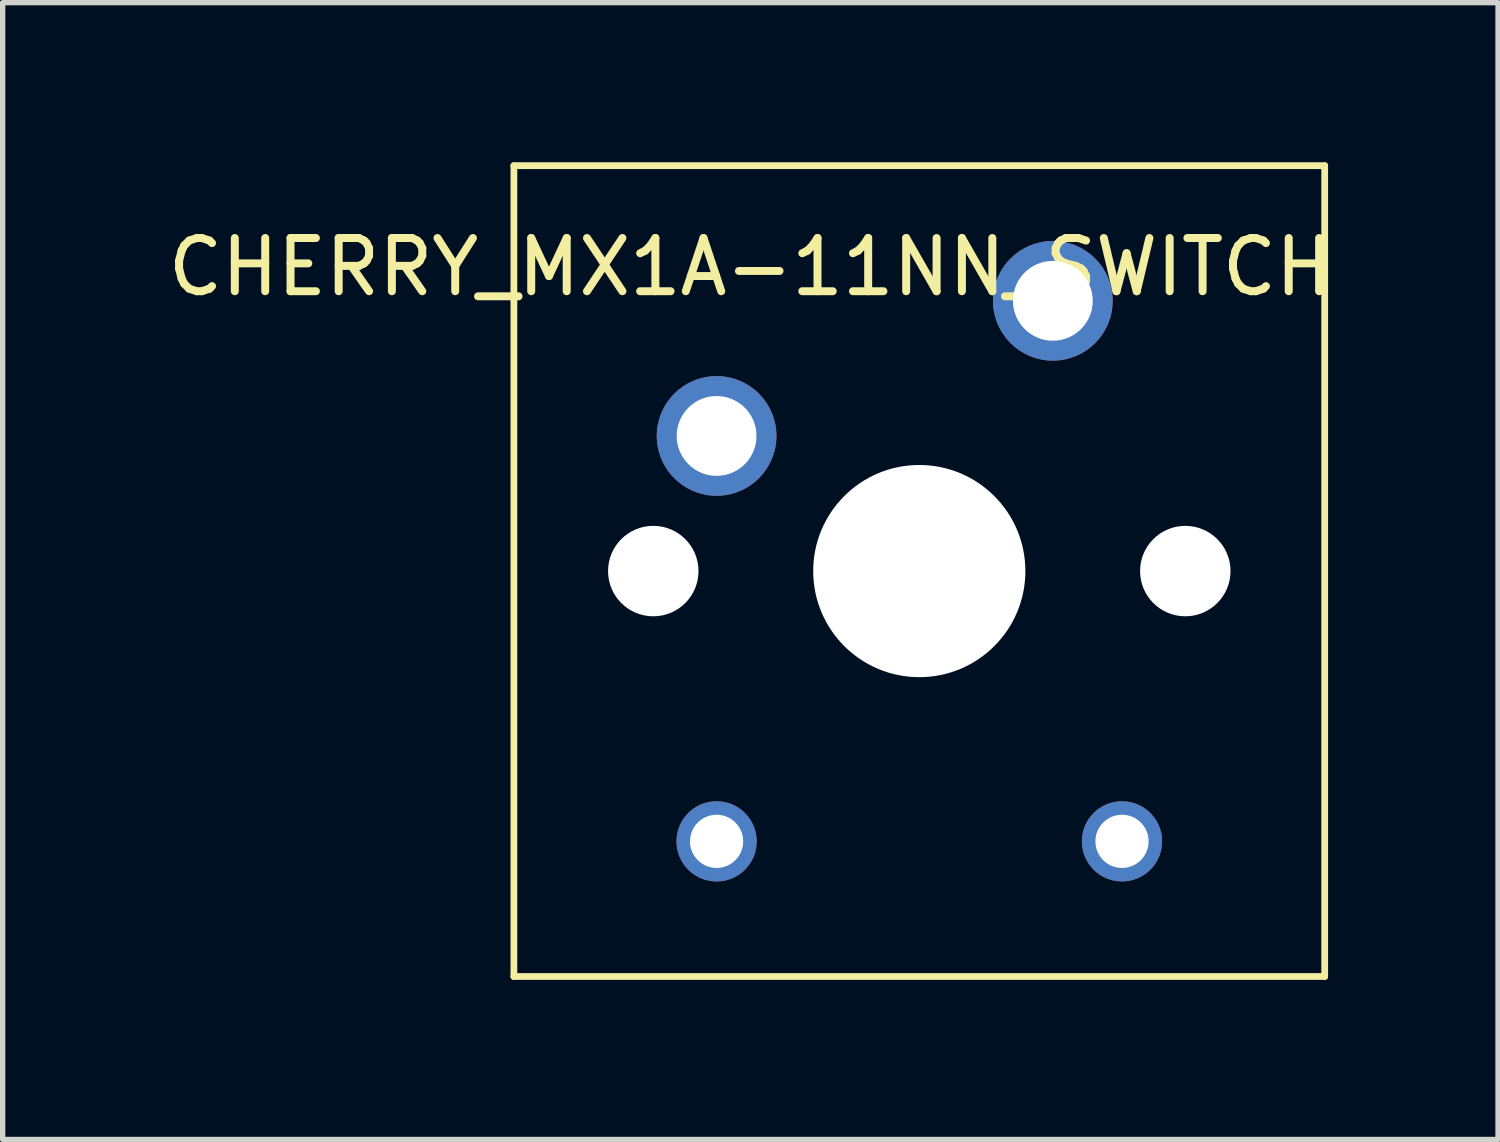
<source format=kicad_pcb>
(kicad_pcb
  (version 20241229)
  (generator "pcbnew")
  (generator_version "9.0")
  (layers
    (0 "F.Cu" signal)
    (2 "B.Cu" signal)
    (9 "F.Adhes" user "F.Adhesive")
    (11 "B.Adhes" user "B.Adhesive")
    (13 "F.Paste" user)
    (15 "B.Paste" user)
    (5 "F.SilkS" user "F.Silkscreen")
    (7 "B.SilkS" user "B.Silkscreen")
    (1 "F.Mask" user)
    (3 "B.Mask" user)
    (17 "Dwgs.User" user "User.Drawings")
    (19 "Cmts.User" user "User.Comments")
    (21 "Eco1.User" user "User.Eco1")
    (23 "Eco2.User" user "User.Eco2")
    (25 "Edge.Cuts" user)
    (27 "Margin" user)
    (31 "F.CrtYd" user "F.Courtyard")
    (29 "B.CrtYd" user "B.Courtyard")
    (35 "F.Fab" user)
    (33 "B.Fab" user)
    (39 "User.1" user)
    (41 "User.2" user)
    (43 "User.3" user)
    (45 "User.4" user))
  (footprint "CHERRY_MX1A-11NN_SWITCH"
    (layer "F.Cu")
    (at 14.229 7.684)
    (property "Reference" "CHERRY_MX1A-11NN_SWITCH" (at -3.175 -5.715 0) (layer "F.SilkS") (effects (font (size 1 1) (thickness 0.15))))
    (attr through_hole)
    (fp_line (start -7.62 -7.62) (end 7.62 -7.62) (stroke (width 0.127) (type solid)) (layer "F.SilkS"))
    (fp_line (start -7.62 7.62) (end -7.62 -7.62) (stroke (width 0.127) (type solid)) (layer "F.SilkS"))
    (fp_line (start 7.62 -7.62) (end 7.62 7.62) (stroke (width 0.127) (type solid)) (layer "F.SilkS"))
    (fp_line (start 7.62 7.62) (end -7.62 7.62) (stroke (width 0.127) (type solid)) (layer "F.SilkS"))
    (pad "" np_thru_hole circle (at -5 0) (size 1.7 1.7) (drill 1.7) (layers "*.Cu" "*.Mask"))
    (pad "" np_thru_hole circle (at 0 0) (size 3.988 3.988) (drill 3.988) (layers "*.Cu" "*.Mask"))
    (pad "" np_thru_hole circle (at 5 0) (size 1.7 1.7) (drill 1.7) (layers "*.Cu" "*.Mask"))
    (pad "BR1" thru_hole circle (at -3.81 5.08) (size 1.508 1.508) (drill 1) (layers "*.Cu" "*.Mask"))
    (pad "BR2" thru_hole circle (at 3.81 5.08) (size 1.508 1.508) (drill 1) (layers "*.Cu" "*.Mask"))
    (pad "P$1" thru_hole circle (at 2.51 -5.08) (size 2.25 2.25) (drill 1.5) (layers "*.Cu" "*.Mask"))
    (pad "P$2" thru_hole circle (at -3.81 -2.54) (size 2.25 2.25) (drill 1.5) (layers "*.Cu" "*.Mask")))
  (gr_rect
    (start -3 -3)
    (end 25.107 18.367)
    (stroke (width 0.1) (type default))
    (fill no)
    (layer "Edge.Cuts")))
</source>
